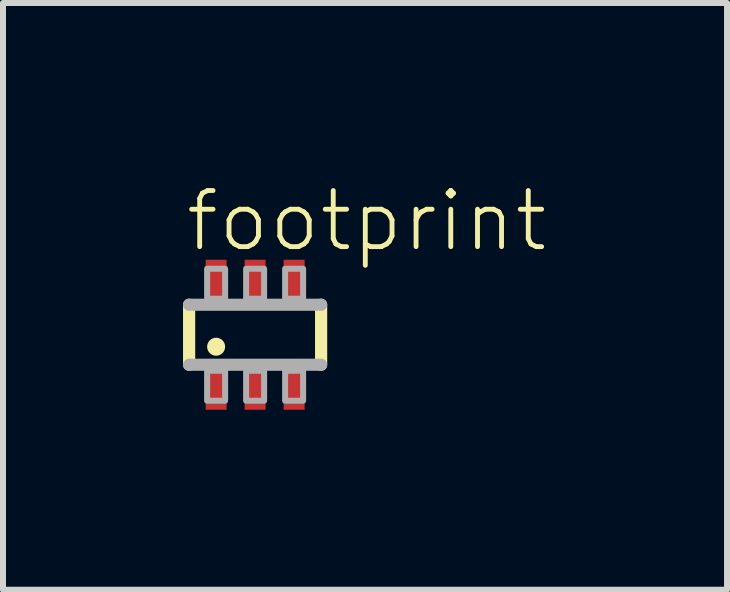
<source format=kicad_pcb>
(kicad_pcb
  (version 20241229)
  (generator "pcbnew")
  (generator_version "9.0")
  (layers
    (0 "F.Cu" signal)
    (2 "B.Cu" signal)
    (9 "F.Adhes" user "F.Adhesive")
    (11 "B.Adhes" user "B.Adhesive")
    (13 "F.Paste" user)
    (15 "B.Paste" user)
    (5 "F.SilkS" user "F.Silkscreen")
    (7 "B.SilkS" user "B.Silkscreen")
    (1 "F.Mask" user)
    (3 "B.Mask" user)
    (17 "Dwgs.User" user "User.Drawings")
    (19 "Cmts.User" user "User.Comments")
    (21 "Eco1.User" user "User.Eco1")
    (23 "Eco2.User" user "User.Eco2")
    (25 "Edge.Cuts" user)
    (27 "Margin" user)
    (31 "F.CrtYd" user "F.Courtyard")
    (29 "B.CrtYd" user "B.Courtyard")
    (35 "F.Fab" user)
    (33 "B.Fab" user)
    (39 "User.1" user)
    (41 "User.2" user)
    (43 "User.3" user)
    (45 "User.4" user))
  (footprint "footprint"
    (layer "F.Cu")
    (at 1.202 2.529)
    (property "Reference" "footprint" (at -1.2 -1.35 0) (layer "F.SilkS") (effects (font (size 0.935 0.935) (thickness 0.081)) (justify left bottom)))
    (fp_line (start -1.1 0.5) (end -1.1 -0.5) (stroke (width 0.203) (type solid)) (layer "F.SilkS"))
    (fp_line (start 1.1 -0.5) (end 1.1 0.5) (stroke (width 0.203) (type solid)) (layer "F.SilkS"))
    (fp_circle (center -0.65 0.2) (end -0.575 0.2) (stroke (width 0.15) (type solid)) (fill yes) (layer "F.SilkS"))
    (fp_line (start -1.1 -0.5) (end 1.1 -0.5) (stroke (width 0.203) (type solid)) (layer "F.Fab"))
    (fp_line (start 1.1 0.5) (end -1.1 0.5) (stroke (width 0.203) (type solid)) (layer "F.Fab"))
    (fp_poly (pts (xy -0.8 -0.6) (xy -0.5 -0.6) (xy -0.5 -1.1) (xy -0.8 -1.1)) (stroke (width 0.1) (type solid)) (fill no) (layer "F.Fab"))
    (fp_poly (pts (xy -0.8 1.1) (xy -0.5 1.1) (xy -0.5 0.6) (xy -0.8 0.6)) (stroke (width 0.1) (type solid)) (fill no) (layer "F.Fab"))
    (fp_poly (pts (xy -0.15 -0.6) (xy 0.15 -0.6) (xy 0.15 -1.1) (xy -0.15 -1.1)) (stroke (width 0.1) (type solid)) (fill no) (layer "F.Fab"))
    (fp_poly (pts (xy -0.15 1.1) (xy 0.15 1.1) (xy 0.15 0.6) (xy -0.15 0.6)) (stroke (width 0.1) (type solid)) (fill no) (layer "F.Fab"))
    (fp_poly (pts (xy 0.5 -0.6) (xy 0.8 -0.6) (xy 0.8 -1.1) (xy 0.5 -1.1)) (stroke (width 0.1) (type solid)) (fill no) (layer "F.Fab"))
    (fp_poly (pts (xy 0.5 1.1) (xy 0.8 1.1) (xy 0.8 0.6) (xy 0.5 0.6)) (stroke (width 0.1) (type solid)) (fill no) (layer "F.Fab"))
    (pad "1" smd rect (at -0.65 0.85) (size 0.35 0.8) (layers "F.Cu" "F.Mask" "F.Paste"))
    (pad "2" smd rect (at 0 0.85) (size 0.35 0.8) (layers "F.Cu" "F.Mask" "F.Paste"))
    (pad "3" smd rect (at 0.65 0.85) (size 0.35 0.8) (layers "F.Cu" "F.Mask" "F.Paste"))
    (pad "4" smd rect (at 0.65 -0.85) (size 0.35 0.8) (layers "F.Cu" "F.Mask" "F.Paste"))
    (pad "5" smd rect (at 0 -0.85) (size 0.35 0.8) (layers "F.Cu" "F.Mask" "F.Paste"))
    (pad "6" smd rect (at -0.65 -0.85) (size 0.35 0.8) (layers "F.Cu" "F.Mask" "F.Paste")))
  (gr_rect
    (start -3 -3)
    (end 9.067 6.779)
    (stroke (width 0.1) (type default))
    (fill no)
    (layer "Edge.Cuts")))
</source>
